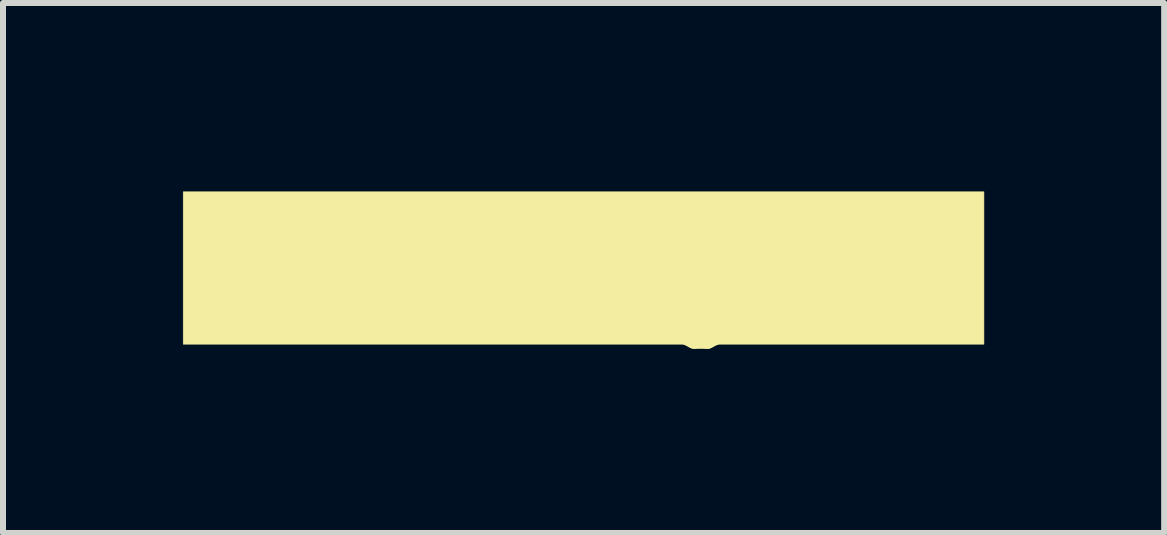
<source format=kicad_pcb>
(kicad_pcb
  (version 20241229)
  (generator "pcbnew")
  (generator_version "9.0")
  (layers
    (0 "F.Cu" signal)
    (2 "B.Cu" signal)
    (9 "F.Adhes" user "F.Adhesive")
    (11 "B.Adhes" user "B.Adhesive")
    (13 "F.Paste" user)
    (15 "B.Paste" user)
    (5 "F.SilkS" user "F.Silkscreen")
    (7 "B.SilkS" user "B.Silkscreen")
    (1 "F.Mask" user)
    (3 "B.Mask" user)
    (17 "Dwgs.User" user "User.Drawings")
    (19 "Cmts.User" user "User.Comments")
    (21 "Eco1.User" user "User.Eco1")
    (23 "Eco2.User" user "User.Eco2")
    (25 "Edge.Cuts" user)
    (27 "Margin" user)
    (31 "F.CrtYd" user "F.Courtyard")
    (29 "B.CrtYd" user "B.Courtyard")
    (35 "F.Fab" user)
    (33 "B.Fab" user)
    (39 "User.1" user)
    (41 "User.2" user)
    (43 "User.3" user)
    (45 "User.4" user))
  (footprint "smlogo"
    (layer "F.Cu")
    (at 6.675 1.418)
    (property "Reference" "smlogo" (at 0 0 0) (layer "F.SilkS") (effects (font (size 1.524 1.524) (thickness 0.3))))
    (attr through_hole)
    (fp_poly (pts (xy 6.679 1.27) (xy -6.67 1.27) (xy -6.67 -1.27) (xy 6.679 -1.27) (xy 6.679 1.27)) (stroke (width 0.01) (type solid)) (fill yes) (layer "F.SilkS")))
  (gr_rect
    (start -3 -3)
    (end 16.359 5.836)
    (stroke (width 0.1) (type default))
    (fill no)
    (layer "Edge.Cuts")))
</source>
